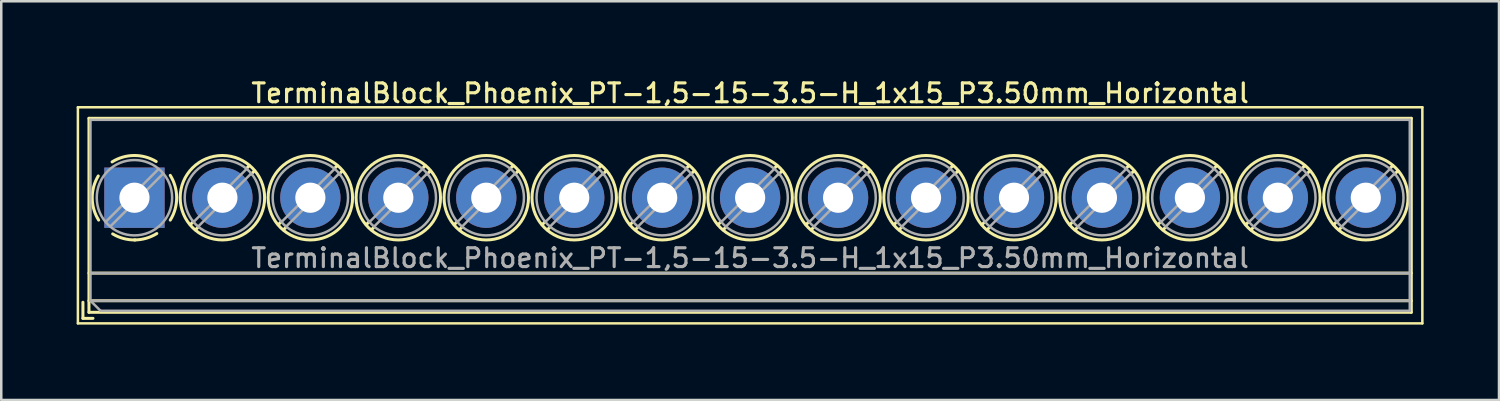
<source format=kicad_pcb>
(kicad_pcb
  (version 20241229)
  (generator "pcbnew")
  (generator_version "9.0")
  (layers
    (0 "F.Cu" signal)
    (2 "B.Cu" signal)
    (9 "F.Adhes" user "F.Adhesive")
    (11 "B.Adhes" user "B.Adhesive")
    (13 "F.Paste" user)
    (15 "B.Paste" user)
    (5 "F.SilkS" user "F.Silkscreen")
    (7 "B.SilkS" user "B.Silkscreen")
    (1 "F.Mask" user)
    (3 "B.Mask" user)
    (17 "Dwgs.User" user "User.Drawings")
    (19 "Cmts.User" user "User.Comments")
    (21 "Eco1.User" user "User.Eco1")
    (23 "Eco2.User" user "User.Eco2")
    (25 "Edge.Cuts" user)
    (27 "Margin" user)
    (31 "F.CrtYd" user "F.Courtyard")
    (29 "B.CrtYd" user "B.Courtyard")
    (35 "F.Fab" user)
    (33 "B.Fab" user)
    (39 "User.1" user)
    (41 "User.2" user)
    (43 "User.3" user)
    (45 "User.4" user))
  (footprint "TerminalBlock_Phoenix_PT-1,5-15-3.5-H_1x15_P3.50mm_Horizontal"
    (layer "F.Cu")
    (at 2.3 4.818)
    (property "Reference" "TerminalBlock_Phoenix_PT-1,5-15-3.5-H_1x15_P3.50mm_Horizontal" (at 24.5 -4.16 0) (layer "F.SilkS") (effects (font (size 0.75 0.75) (thickness 0.125))))
    (attr through_hole)
    (fp_line (start -2.25 -3.6) (end -2.25 5) (stroke (width 0.1) (type solid)) (layer "F.SilkS"))
    (fp_line (start -2.25 5) (end 51.25 5) (stroke (width 0.1) (type solid)) (layer "F.SilkS"))
    (fp_line (start -2.05 4.16) (end -2.05 4.8) (stroke (width 0.12) (type solid)) (layer "F.SilkS"))
    (fp_line (start -2.05 4.8) (end -1.65 4.8) (stroke (width 0.12) (type solid)) (layer "F.SilkS"))
    (fp_line (start -1.81 -3.16) (end -1.81 4.56) (stroke (width 0.12) (type solid)) (layer "F.SilkS"))
    (fp_line (start -1.81 -3.16) (end 50.81 -3.16) (stroke (width 0.12) (type solid)) (layer "F.SilkS"))
    (fp_line (start -1.81 3) (end 50.81 3) (stroke (width 0.12) (type solid)) (layer "F.SilkS"))
    (fp_line (start -1.81 4.1) (end 50.81 4.1) (stroke (width 0.12) (type solid)) (layer "F.SilkS"))
    (fp_line (start -1.81 4.56) (end 50.81 4.56) (stroke (width 0.12) (type solid)) (layer "F.SilkS"))
    (fp_line (start 2.355 0.941) (end 2.226 1.069) (stroke (width 0.12) (type solid)) (layer "F.SilkS"))
    (fp_line (start 2.525 1.181) (end 2.431 1.274) (stroke (width 0.12) (type solid)) (layer "F.SilkS"))
    (fp_line (start 4.57 -1.275) (end 4.476 -1.181) (stroke (width 0.12) (type solid)) (layer "F.SilkS"))
    (fp_line (start 4.775 -1.069) (end 4.646 -0.941) (stroke (width 0.12) (type solid)) (layer "F.SilkS"))
    (fp_line (start 5.855 0.941) (end 5.726 1.069) (stroke (width 0.12) (type solid)) (layer "F.SilkS"))
    (fp_line (start 6.025 1.181) (end 5.931 1.274) (stroke (width 0.12) (type solid)) (layer "F.SilkS"))
    (fp_line (start 8.07 -1.275) (end 7.976 -1.181) (stroke (width 0.12) (type solid)) (layer "F.SilkS"))
    (fp_line (start 8.275 -1.069) (end 8.146 -0.941) (stroke (width 0.12) (type solid)) (layer "F.SilkS"))
    (fp_line (start 9.355 0.941) (end 9.226 1.069) (stroke (width 0.12) (type solid)) (layer "F.SilkS"))
    (fp_line (start 9.525 1.181) (end 9.431 1.274) (stroke (width 0.12) (type solid)) (layer "F.SilkS"))
    (fp_line (start 11.57 -1.275) (end 11.476 -1.181) (stroke (width 0.12) (type solid)) (layer "F.SilkS"))
    (fp_line (start 11.775 -1.069) (end 11.646 -0.941) (stroke (width 0.12) (type solid)) (layer "F.SilkS"))
    (fp_line (start 12.855 0.941) (end 12.726 1.069) (stroke (width 0.12) (type solid)) (layer "F.SilkS"))
    (fp_line (start 13.025 1.181) (end 12.931 1.274) (stroke (width 0.12) (type solid)) (layer "F.SilkS"))
    (fp_line (start 15.07 -1.275) (end 14.976 -1.181) (stroke (width 0.12) (type solid)) (layer "F.SilkS"))
    (fp_line (start 15.275 -1.069) (end 15.146 -0.941) (stroke (width 0.12) (type solid)) (layer "F.SilkS"))
    (fp_line (start 16.355 0.941) (end 16.226 1.069) (stroke (width 0.12) (type solid)) (layer "F.SilkS"))
    (fp_line (start 16.525 1.181) (end 16.431 1.274) (stroke (width 0.12) (type solid)) (layer "F.SilkS"))
    (fp_line (start 18.57 -1.275) (end 18.476 -1.181) (stroke (width 0.12) (type solid)) (layer "F.SilkS"))
    (fp_line (start 18.775 -1.069) (end 18.646 -0.941) (stroke (width 0.12) (type solid)) (layer "F.SilkS"))
    (fp_line (start 19.855 0.941) (end 19.726 1.069) (stroke (width 0.12) (type solid)) (layer "F.SilkS"))
    (fp_line (start 20.025 1.181) (end 19.931 1.274) (stroke (width 0.12) (type solid)) (layer "F.SilkS"))
    (fp_line (start 22.07 -1.275) (end 21.976 -1.181) (stroke (width 0.12) (type solid)) (layer "F.SilkS"))
    (fp_line (start 22.275 -1.069) (end 22.146 -0.941) (stroke (width 0.12) (type solid)) (layer "F.SilkS"))
    (fp_line (start 23.355 0.941) (end 23.226 1.069) (stroke (width 0.12) (type solid)) (layer "F.SilkS"))
    (fp_line (start 23.525 1.181) (end 23.431 1.274) (stroke (width 0.12) (type solid)) (layer "F.SilkS"))
    (fp_line (start 25.57 -1.275) (end 25.476 -1.181) (stroke (width 0.12) (type solid)) (layer "F.SilkS"))
    (fp_line (start 25.775 -1.069) (end 25.646 -0.941) (stroke (width 0.12) (type solid)) (layer "F.SilkS"))
    (fp_line (start 26.855 0.941) (end 26.726 1.069) (stroke (width 0.12) (type solid)) (layer "F.SilkS"))
    (fp_line (start 27.025 1.181) (end 26.931 1.274) (stroke (width 0.12) (type solid)) (layer "F.SilkS"))
    (fp_line (start 29.07 -1.275) (end 28.976 -1.181) (stroke (width 0.12) (type solid)) (layer "F.SilkS"))
    (fp_line (start 29.275 -1.069) (end 29.146 -0.941) (stroke (width 0.12) (type solid)) (layer "F.SilkS"))
    (fp_line (start 30.355 0.941) (end 30.226 1.069) (stroke (width 0.12) (type solid)) (layer "F.SilkS"))
    (fp_line (start 30.525 1.181) (end 30.431 1.274) (stroke (width 0.12) (type solid)) (layer "F.SilkS"))
    (fp_line (start 32.57 -1.275) (end 32.476 -1.181) (stroke (width 0.12) (type solid)) (layer "F.SilkS"))
    (fp_line (start 32.775 -1.069) (end 32.646 -0.941) (stroke (width 0.12) (type solid)) (layer "F.SilkS"))
    (fp_line (start 33.855 0.941) (end 33.726 1.069) (stroke (width 0.12) (type solid)) (layer "F.SilkS"))
    (fp_line (start 34.025 1.181) (end 33.931 1.274) (stroke (width 0.12) (type solid)) (layer "F.SilkS"))
    (fp_line (start 36.07 -1.275) (end 35.976 -1.181) (stroke (width 0.12) (type solid)) (layer "F.SilkS"))
    (fp_line (start 36.275 -1.069) (end 36.146 -0.941) (stroke (width 0.12) (type solid)) (layer "F.SilkS"))
    (fp_line (start 37.355 0.941) (end 37.226 1.069) (stroke (width 0.12) (type solid)) (layer "F.SilkS"))
    (fp_line (start 37.525 1.181) (end 37.431 1.274) (stroke (width 0.12) (type solid)) (layer "F.SilkS"))
    (fp_line (start 39.57 -1.275) (end 39.476 -1.181) (stroke (width 0.12) (type solid)) (layer "F.SilkS"))
    (fp_line (start 39.775 -1.069) (end 39.646 -0.941) (stroke (width 0.12) (type solid)) (layer "F.SilkS"))
    (fp_line (start 40.855 0.941) (end 40.726 1.069) (stroke (width 0.12) (type solid)) (layer "F.SilkS"))
    (fp_line (start 41.025 1.181) (end 40.931 1.274) (stroke (width 0.12) (type solid)) (layer "F.SilkS"))
    (fp_line (start 43.07 -1.275) (end 42.976 -1.181) (stroke (width 0.12) (type solid)) (layer "F.SilkS"))
    (fp_line (start 43.275 -1.069) (end 43.146 -0.941) (stroke (width 0.12) (type solid)) (layer "F.SilkS"))
    (fp_line (start 44.355 0.941) (end 44.226 1.069) (stroke (width 0.12) (type solid)) (layer "F.SilkS"))
    (fp_line (start 44.525 1.181) (end 44.431 1.274) (stroke (width 0.12) (type solid)) (layer "F.SilkS"))
    (fp_line (start 46.57 -1.275) (end 46.476 -1.181) (stroke (width 0.12) (type solid)) (layer "F.SilkS"))
    (fp_line (start 46.775 -1.069) (end 46.646 -0.941) (stroke (width 0.12) (type solid)) (layer "F.SilkS"))
    (fp_line (start 47.855 0.941) (end 47.726 1.069) (stroke (width 0.12) (type solid)) (layer "F.SilkS"))
    (fp_line (start 48.025 1.181) (end 47.931 1.274) (stroke (width 0.12) (type solid)) (layer "F.SilkS"))
    (fp_line (start 50.07 -1.275) (end 49.976 -1.181) (stroke (width 0.12) (type solid)) (layer "F.SilkS"))
    (fp_line (start 50.275 -1.069) (end 50.146 -0.941) (stroke (width 0.12) (type solid)) (layer "F.SilkS"))
    (fp_line (start 50.81 -3.16) (end 50.81 4.56) (stroke (width 0.12) (type solid)) (layer "F.SilkS"))
    (fp_line (start 51.25 -3.6) (end -2.25 -3.6) (stroke (width 0.1) (type solid)) (layer "F.SilkS"))
    (fp_line (start 51.25 5) (end 51.25 -3.6) (stroke (width 0.1) (type solid)) (layer "F.SilkS"))
    (fp_arc (start -1.425358 0.889894) (mid -1.680286 0.014012) (end -1.44 -0.866) (stroke (width 0.12) (type solid)) (layer "F.SilkS"))
    (fp_arc (start -0.889894 -1.425358) (mid -0.014012 -1.680286) (end 0.866 -1.44) (stroke (width 0.12) (type solid)) (layer "F.SilkS"))
    (fp_arc (start 0.028674 1.680099) (mid -0.435535 1.622918) (end -0.866 1.44) (stroke (width 0.12) (type solid)) (layer "F.SilkS"))
    (fp_arc (start 0.890264 1.424721) (mid 0.463071 1.61492) (end 0 1.68) (stroke (width 0.12) (type solid)) (layer "F.SilkS"))
    (fp_arc (start 1.425504 -0.890193) (mid 1.680626 0.000476) (end 1.425 0.891) (stroke (width 0.12) (type solid)) (layer "F.SilkS"))
    (fp_circle (center 3.5 0) (end 5.18 0) (stroke (width 0.12) (type solid)) (fill no) (layer "F.SilkS"))
    (fp_circle (center 7 0) (end 8.68 0) (stroke (width 0.12) (type solid)) (fill no) (layer "F.SilkS"))
    (fp_circle (center 10.5 0) (end 12.18 0) (stroke (width 0.12) (type solid)) (fill no) (layer "F.SilkS"))
    (fp_circle (center 14 0) (end 15.68 0) (stroke (width 0.12) (type solid)) (fill no) (layer "F.SilkS"))
    (fp_circle (center 17.5 0) (end 19.18 0) (stroke (width 0.12) (type solid)) (fill no) (layer "F.SilkS"))
    (fp_circle (center 21 0) (end 22.68 0) (stroke (width 0.12) (type solid)) (fill no) (layer "F.SilkS"))
    (fp_circle (center 24.5 0) (end 26.18 0) (stroke (width 0.12) (type solid)) (fill no) (layer "F.SilkS"))
    (fp_circle (center 28 0) (end 29.68 0) (stroke (width 0.12) (type solid)) (fill no) (layer "F.SilkS"))
    (fp_circle (center 31.5 0) (end 33.18 0) (stroke (width 0.12) (type solid)) (fill no) (layer "F.SilkS"))
    (fp_circle (center 35 0) (end 36.68 0) (stroke (width 0.12) (type solid)) (fill no) (layer "F.SilkS"))
    (fp_circle (center 38.5 0) (end 40.18 0) (stroke (width 0.12) (type solid)) (fill no) (layer "F.SilkS"))
    (fp_circle (center 42 0) (end 43.68 0) (stroke (width 0.12) (type solid)) (fill no) (layer "F.SilkS"))
    (fp_circle (center 45.5 0) (end 47.18 0) (stroke (width 0.12) (type solid)) (fill no) (layer "F.SilkS"))
    (fp_circle (center 49 0) (end 50.68 0) (stroke (width 0.12) (type solid)) (fill no) (layer "F.SilkS"))
    (fp_line (start -1.75 -3.1) (end 50.75 -3.1) (stroke (width 0.1) (type solid)) (layer "F.Fab"))
    (fp_line (start -1.75 3) (end 50.75 3) (stroke (width 0.1) (type solid)) (layer "F.Fab"))
    (fp_line (start -1.75 4.1) (end -1.75 -3.1) (stroke (width 0.1) (type solid)) (layer "F.Fab"))
    (fp_line (start -1.75 4.1) (end 50.75 4.1) (stroke (width 0.1) (type solid)) (layer "F.Fab"))
    (fp_line (start -1.35 4.5) (end -1.75 4.1) (stroke (width 0.1) (type solid)) (layer "F.Fab"))
    (fp_line (start 0.955 -1.138) (end -1.138 0.955) (stroke (width 0.1) (type solid)) (layer "F.Fab"))
    (fp_line (start 1.138 -0.955) (end -0.955 1.138) (stroke (width 0.1) (type solid)) (layer "F.Fab"))
    (fp_line (start 4.455 -1.138) (end 2.363 0.955) (stroke (width 0.1) (type solid)) (layer "F.Fab"))
    (fp_line (start 4.638 -0.955) (end 2.546 1.138) (stroke (width 0.1) (type solid)) (layer "F.Fab"))
    (fp_line (start 7.955 -1.138) (end 5.863 0.955) (stroke (width 0.1) (type solid)) (layer "F.Fab"))
    (fp_line (start 8.138 -0.955) (end 6.046 1.138) (stroke (width 0.1) (type solid)) (layer "F.Fab"))
    (fp_line (start 11.455 -1.138) (end 9.363 0.955) (stroke (width 0.1) (type solid)) (layer "F.Fab"))
    (fp_line (start 11.638 -0.955) (end 9.546 1.138) (stroke (width 0.1) (type solid)) (layer "F.Fab"))
    (fp_line (start 14.955 -1.138) (end 12.863 0.955) (stroke (width 0.1) (type solid)) (layer "F.Fab"))
    (fp_line (start 15.138 -0.955) (end 13.046 1.138) (stroke (width 0.1) (type solid)) (layer "F.Fab"))
    (fp_line (start 18.455 -1.138) (end 16.363 0.955) (stroke (width 0.1) (type solid)) (layer "F.Fab"))
    (fp_line (start 18.638 -0.955) (end 16.546 1.138) (stroke (width 0.1) (type solid)) (layer "F.Fab"))
    (fp_line (start 21.955 -1.138) (end 19.863 0.955) (stroke (width 0.1) (type solid)) (layer "F.Fab"))
    (fp_line (start 22.138 -0.955) (end 20.046 1.138) (stroke (width 0.1) (type solid)) (layer "F.Fab"))
    (fp_line (start 25.455 -1.138) (end 23.363 0.955) (stroke (width 0.1) (type solid)) (layer "F.Fab"))
    (fp_line (start 25.638 -0.955) (end 23.546 1.138) (stroke (width 0.1) (type solid)) (layer "F.Fab"))
    (fp_line (start 28.955 -1.138) (end 26.863 0.955) (stroke (width 0.1) (type solid)) (layer "F.Fab"))
    (fp_line (start 29.138 -0.955) (end 27.046 1.138) (stroke (width 0.1) (type solid)) (layer "F.Fab"))
    (fp_line (start 32.455 -1.138) (end 30.363 0.955) (stroke (width 0.1) (type solid)) (layer "F.Fab"))
    (fp_line (start 32.638 -0.955) (end 30.546 1.138) (stroke (width 0.1) (type solid)) (layer "F.Fab"))
    (fp_line (start 35.955 -1.138) (end 33.863 0.955) (stroke (width 0.1) (type solid)) (layer "F.Fab"))
    (fp_line (start 36.138 -0.955) (end 34.046 1.138) (stroke (width 0.1) (type solid)) (layer "F.Fab"))
    (fp_line (start 39.455 -1.138) (end 37.363 0.955) (stroke (width 0.1) (type solid)) (layer "F.Fab"))
    (fp_line (start 39.638 -0.955) (end 37.546 1.138) (stroke (width 0.1) (type solid)) (layer "F.Fab"))
    (fp_line (start 42.955 -1.138) (end 40.863 0.955) (stroke (width 0.1) (type solid)) (layer "F.Fab"))
    (fp_line (start 43.138 -0.955) (end 41.046 1.138) (stroke (width 0.1) (type solid)) (layer "F.Fab"))
    (fp_line (start 46.455 -1.138) (end 44.363 0.955) (stroke (width 0.1) (type solid)) (layer "F.Fab"))
    (fp_line (start 46.638 -0.955) (end 44.546 1.138) (stroke (width 0.1) (type solid)) (layer "F.Fab"))
    (fp_line (start 49.955 -1.138) (end 47.863 0.955) (stroke (width 0.1) (type solid)) (layer "F.Fab"))
    (fp_line (start 50.138 -0.955) (end 48.046 1.138) (stroke (width 0.1) (type solid)) (layer "F.Fab"))
    (fp_line (start 50.75 -3.1) (end 50.75 4.5) (stroke (width 0.1) (type solid)) (layer "F.Fab"))
    (fp_line (start 50.75 4.5) (end -1.35 4.5) (stroke (width 0.1) (type solid)) (layer "F.Fab"))
    (fp_circle (center 0 0) (end 1.5 0) (stroke (width 0.1) (type solid)) (fill no) (layer "F.Fab"))
    (fp_circle (center 3.5 0) (end 5 0) (stroke (width 0.1) (type solid)) (fill no) (layer "F.Fab"))
    (fp_circle (center 7 0) (end 8.5 0) (stroke (width 0.1) (type solid)) (fill no) (layer "F.Fab"))
    (fp_circle (center 10.5 0) (end 12 0) (stroke (width 0.1) (type solid)) (fill no) (layer "F.Fab"))
    (fp_circle (center 14 0) (end 15.5 0) (stroke (width 0.1) (type solid)) (fill no) (layer "F.Fab"))
    (fp_circle (center 17.5 0) (end 19 0) (stroke (width 0.1) (type solid)) (fill no) (layer "F.Fab"))
    (fp_circle (center 21 0) (end 22.5 0) (stroke (width 0.1) (type solid)) (fill no) (layer "F.Fab"))
    (fp_circle (center 24.5 0) (end 26 0) (stroke (width 0.1) (type solid)) (fill no) (layer "F.Fab"))
    (fp_circle (center 28 0) (end 29.5 0) (stroke (width 0.1) (type solid)) (fill no) (layer "F.Fab"))
    (fp_circle (center 31.5 0) (end 33 0) (stroke (width 0.1) (type solid)) (fill no) (layer "F.Fab"))
    (fp_circle (center 35 0) (end 36.5 0) (stroke (width 0.1) (type solid)) (fill no) (layer "F.Fab"))
    (fp_circle (center 38.5 0) (end 40 0) (stroke (width 0.1) (type solid)) (fill no) (layer "F.Fab"))
    (fp_circle (center 42 0) (end 43.5 0) (stroke (width 0.1) (type solid)) (fill no) (layer "F.Fab"))
    (fp_circle (center 45.5 0) (end 47 0) (stroke (width 0.1) (type solid)) (fill no) (layer "F.Fab"))
    (fp_circle (center 49 0) (end 50.5 0) (stroke (width 0.1) (type solid)) (fill no) (layer "F.Fab"))
    (fp_text user "${REFERENCE}" (at 24.5 2.4 0) (layer "F.Fab") (effects (font (size 0.75 0.75) (thickness 0.125))))
    (pad "1" thru_hole rect (at 0 0) (size 2.4 2.4) (drill 1.2) (layers "*.Cu" "*.Mask"))
    (pad "2" thru_hole circle (at 3.5 0) (size 2.4 2.4) (drill 1.2) (layers "*.Cu" "*.Mask"))
    (pad "3" thru_hole circle (at 7 0) (size 2.4 2.4) (drill 1.2) (layers "*.Cu" "*.Mask"))
    (pad "4" thru_hole circle (at 10.5 0) (size 2.4 2.4) (drill 1.2) (layers "*.Cu" "*.Mask"))
    (pad "5" thru_hole circle (at 14 0) (size 2.4 2.4) (drill 1.2) (layers "*.Cu" "*.Mask"))
    (pad "6" thru_hole circle (at 17.5 0) (size 2.4 2.4) (drill 1.2) (layers "*.Cu" "*.Mask"))
    (pad "7" thru_hole circle (at 21 0) (size 2.4 2.4) (drill 1.2) (layers "*.Cu" "*.Mask"))
    (pad "8" thru_hole circle (at 24.5 0) (size 2.4 2.4) (drill 1.2) (layers "*.Cu" "*.Mask"))
    (pad "9" thru_hole circle (at 28 0) (size 2.4 2.4) (drill 1.2) (layers "*.Cu" "*.Mask"))
    (pad "10" thru_hole circle (at 31.5 0) (size 2.4 2.4) (drill 1.2) (layers "*.Cu" "*.Mask"))
    (pad "11" thru_hole circle (at 35 0) (size 2.4 2.4) (drill 1.2) (layers "*.Cu" "*.Mask"))
    (pad "12" thru_hole circle (at 38.5 0) (size 2.4 2.4) (drill 1.2) (layers "*.Cu" "*.Mask"))
    (pad "13" thru_hole circle (at 42 0) (size 2.4 2.4) (drill 1.2) (layers "*.Cu" "*.Mask"))
    (pad "14" thru_hole circle (at 45.5 0) (size 2.4 2.4) (drill 1.2) (layers "*.Cu" "*.Mask"))
    (pad "15" thru_hole circle (at 49 0) (size 2.4 2.4) (drill 1.2) (layers "*.Cu" "*.Mask")))
  (gr_rect
    (start -3 -3)
    (end 56.6 12.868)
    (stroke (width 0.1) (type default))
    (fill no)
    (layer "Edge.Cuts")))
</source>
